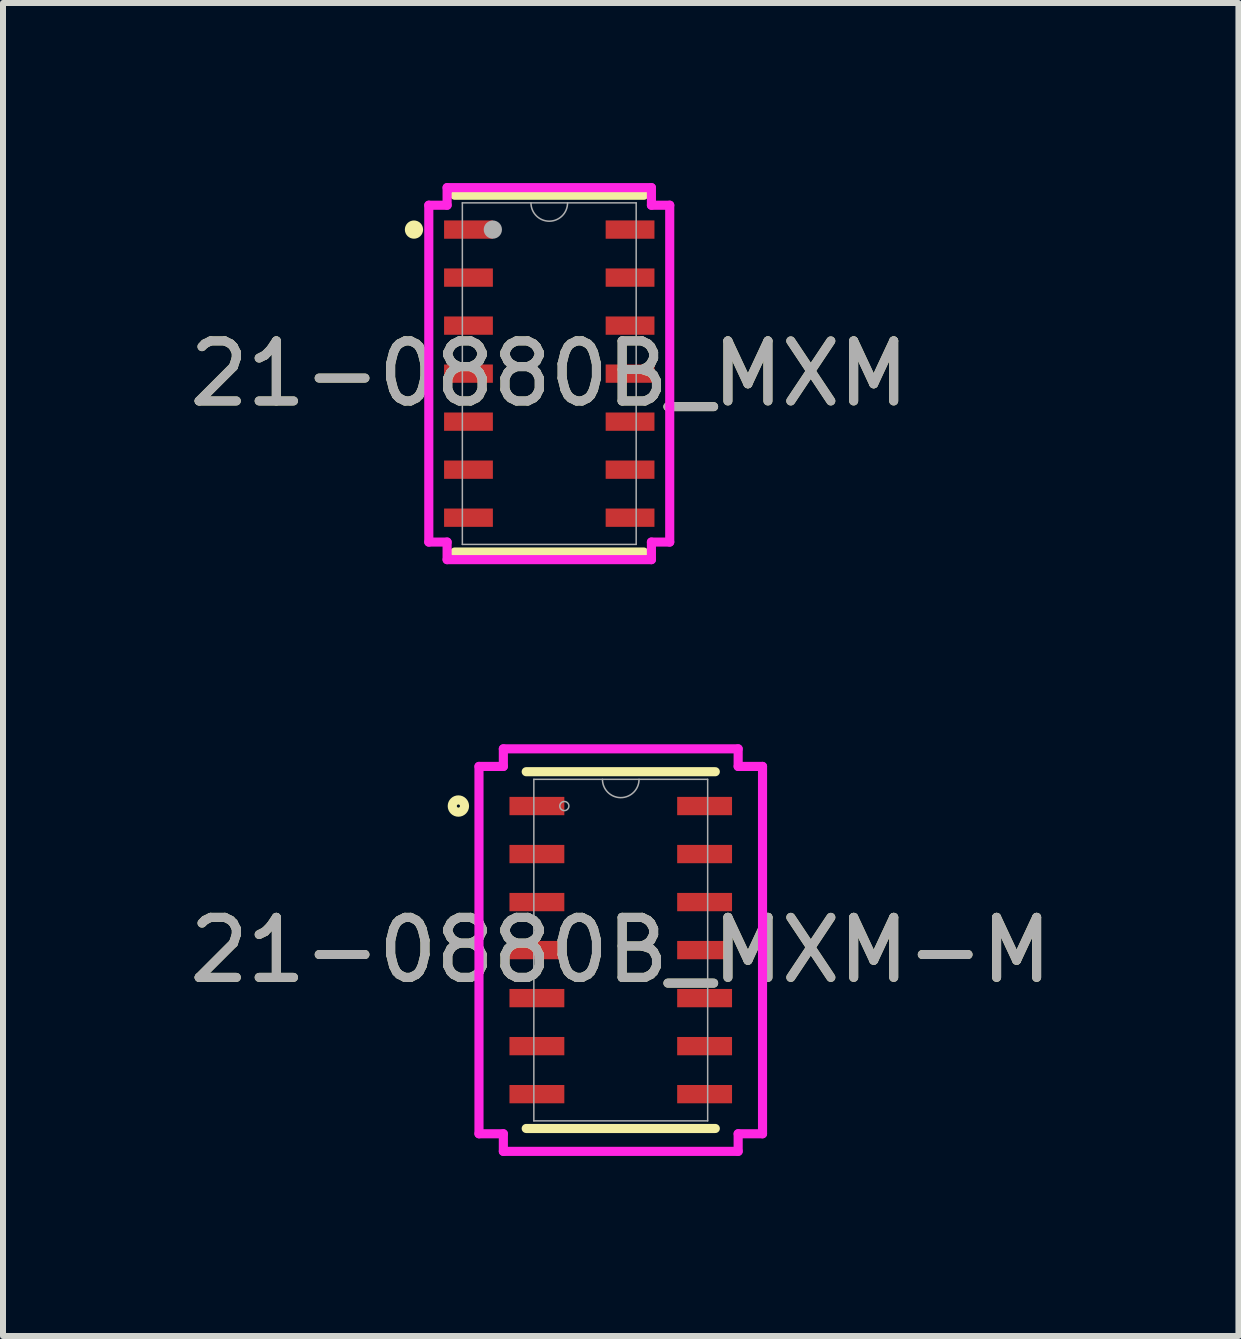
<source format=kicad_pcb>
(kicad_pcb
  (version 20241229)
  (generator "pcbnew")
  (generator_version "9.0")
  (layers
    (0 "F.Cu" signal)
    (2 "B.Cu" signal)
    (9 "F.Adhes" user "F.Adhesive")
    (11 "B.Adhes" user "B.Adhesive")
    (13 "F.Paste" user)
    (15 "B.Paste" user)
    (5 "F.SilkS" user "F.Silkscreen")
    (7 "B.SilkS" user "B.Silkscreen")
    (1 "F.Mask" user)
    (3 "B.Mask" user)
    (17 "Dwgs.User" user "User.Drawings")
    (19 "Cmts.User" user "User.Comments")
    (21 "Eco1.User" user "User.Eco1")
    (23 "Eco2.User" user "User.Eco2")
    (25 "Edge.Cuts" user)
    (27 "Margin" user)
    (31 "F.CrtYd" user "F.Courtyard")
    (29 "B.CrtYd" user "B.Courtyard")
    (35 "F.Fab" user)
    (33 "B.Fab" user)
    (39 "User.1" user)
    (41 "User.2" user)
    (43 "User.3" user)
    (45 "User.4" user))
  (footprint "21-0880B_MXM"
    (layer "F.Cu")
    (at 6.101 3.175)
    (property "Reference" "21-0880B_MXM" (at 0 0 0) (unlocked yes) (layer "F.SilkS") (effects (font (size 1 1) (thickness 0.15))))
    (attr smd)
    (fp_line (start -1.575 2.972) (end 1.575 2.972) (stroke (width 0.152) (type solid)) (layer "F.SilkS"))
    (fp_line (start 1.575 -2.972) (end -1.575 -2.972) (stroke (width 0.152) (type solid)) (layer "F.SilkS"))
    (fp_circle (center -2.254 -2.4) (end -2.178 -2.4) (stroke (width 0.152) (type solid)) (fill no) (layer "F.SilkS"))
    (fp_line (start -2.007 -2.806) (end -1.702 -2.806) (stroke (width 0.152) (type solid)) (layer "F.CrtYd"))
    (fp_line (start -2.007 2.806) (end -2.007 -2.806) (stroke (width 0.152) (type solid)) (layer "F.CrtYd"))
    (fp_line (start -2.007 2.806) (end -1.702 2.806) (stroke (width 0.152) (type solid)) (layer "F.CrtYd"))
    (fp_line (start -1.702 -3.099) (end 1.702 -3.099) (stroke (width 0.152) (type solid)) (layer "F.CrtYd"))
    (fp_line (start -1.702 -2.806) (end -1.702 -3.099) (stroke (width 0.152) (type solid)) (layer "F.CrtYd"))
    (fp_line (start -1.702 3.099) (end -1.702 2.806) (stroke (width 0.152) (type solid)) (layer "F.CrtYd"))
    (fp_line (start 1.702 -3.099) (end 1.702 -2.806) (stroke (width 0.152) (type solid)) (layer "F.CrtYd"))
    (fp_line (start 1.702 2.806) (end 1.702 3.099) (stroke (width 0.152) (type solid)) (layer "F.CrtYd"))
    (fp_line (start 1.702 3.099) (end -1.702 3.099) (stroke (width 0.152) (type solid)) (layer "F.CrtYd"))
    (fp_line (start 2.007 -2.806) (end 1.702 -2.806) (stroke (width 0.152) (type solid)) (layer "F.CrtYd"))
    (fp_line (start 2.007 -2.806) (end 2.007 2.806) (stroke (width 0.152) (type solid)) (layer "F.CrtYd"))
    (fp_line (start 2.007 2.806) (end 1.702 2.806) (stroke (width 0.152) (type solid)) (layer "F.CrtYd"))
    (fp_line (start -1.448 -2.845) (end -1.448 2.845) (stroke (width 0.025) (type solid)) (layer "F.Fab"))
    (fp_line (start -1.448 2.845) (end 1.448 2.845) (stroke (width 0.025) (type solid)) (layer "F.Fab"))
    (fp_line (start 1.448 -2.845) (end -1.448 -2.845) (stroke (width 0.025) (type solid)) (layer "F.Fab"))
    (fp_line (start 1.448 2.845) (end 1.448 -2.845) (stroke (width 0.025) (type solid)) (layer "F.Fab"))
    (fp_arc (start 0.3048 -2.8448) (mid 0 -2.54) (end -0.3048 -2.8448) (stroke (width 0.0254) (type solid)) (layer "F.Fab"))
    (fp_circle (center -0.94 -2.4) (end -0.864 -2.4) (stroke (width 0.152) (type solid)) (fill no) (layer "F.Fab"))
    (fp_text user "${REFERENCE}" (at 0 0 0) (unlocked yes) (layer "F.Fab") (effects (font (size 1 1) (thickness 0.15))))
    (pad "1" smd rect (at -1.346 -2.4) (size 0.813 0.305) (layers "F.Cu" "F.Mask" "F.Paste"))
    (pad "2" smd rect (at -1.346 -1.6) (size 0.813 0.305) (layers "F.Cu" "F.Mask" "F.Paste"))
    (pad "3" smd rect (at -1.346 -0.8) (size 0.813 0.305) (layers "F.Cu" "F.Mask" "F.Paste"))
    (pad "4" smd rect (at -1.346 0) (size 0.813 0.305) (layers "F.Cu" "F.Mask" "F.Paste"))
    (pad "5" smd rect (at -1.346 0.8) (size 0.813 0.305) (layers "F.Cu" "F.Mask" "F.Paste"))
    (pad "6" smd rect (at -1.346 1.6) (size 0.813 0.305) (layers "F.Cu" "F.Mask" "F.Paste"))
    (pad "7" smd rect (at -1.346 2.4) (size 0.813 0.305) (layers "F.Cu" "F.Mask" "F.Paste"))
    (pad "8" smd rect (at 1.346 2.4) (size 0.813 0.305) (layers "F.Cu" "F.Mask" "F.Paste"))
    (pad "9" smd rect (at 1.346 1.6) (size 0.813 0.305) (layers "F.Cu" "F.Mask" "F.Paste"))
    (pad "10" smd rect (at 1.346 0.8) (size 0.813 0.305) (layers "F.Cu" "F.Mask" "F.Paste"))
    (pad "11" smd rect (at 1.346 0) (size 0.813 0.305) (layers "F.Cu" "F.Mask" "F.Paste"))
    (pad "12" smd rect (at 1.346 -0.8) (size 0.813 0.305) (layers "F.Cu" "F.Mask" "F.Paste"))
    (pad "13" smd rect (at 1.346 -1.6) (size 0.813 0.305) (layers "F.Cu" "F.Mask" "F.Paste"))
    (pad "14" smd rect (at 1.346 -2.4) (size 0.813 0.305) (layers "F.Cu" "F.Mask" "F.Paste")))
  (footprint "21-0880B_MXM-M"
    (layer "F.Cu")
    (at 7.292 12.779)
    (property "Reference" "21-0880B_MXM-M" (at 0 0 0) (unlocked yes) (layer "F.SilkS") (effects (font (size 1 1) (thickness 0.15))))
    (attr smd)
    (fp_line (start -1.575 2.972) (end 1.575 2.972) (stroke (width 0.152) (type solid)) (layer "F.SilkS"))
    (fp_line (start 1.575 -2.972) (end -1.575 -2.972) (stroke (width 0.152) (type solid)) (layer "F.SilkS"))
    (fp_circle (center -2.705 -2.4) (end -2.603 -2.4) (stroke (width 0.152) (type solid)) (fill no) (layer "F.SilkS"))
    (fp_line (start -2.362 -3.06) (end -1.956 -3.06) (stroke (width 0.152) (type solid)) (layer "F.CrtYd"))
    (fp_line (start -2.362 3.06) (end -2.362 -3.06) (stroke (width 0.152) (type solid)) (layer "F.CrtYd"))
    (fp_line (start -2.362 3.06) (end -1.956 3.06) (stroke (width 0.152) (type solid)) (layer "F.CrtYd"))
    (fp_line (start -1.956 -3.353) (end 1.956 -3.353) (stroke (width 0.152) (type solid)) (layer "F.CrtYd"))
    (fp_line (start -1.956 -3.06) (end -1.956 -3.353) (stroke (width 0.152) (type solid)) (layer "F.CrtYd"))
    (fp_line (start -1.956 3.353) (end -1.956 3.06) (stroke (width 0.152) (type solid)) (layer "F.CrtYd"))
    (fp_line (start 1.956 -3.353) (end 1.956 -3.06) (stroke (width 0.152) (type solid)) (layer "F.CrtYd"))
    (fp_line (start 1.956 3.06) (end 1.956 3.353) (stroke (width 0.152) (type solid)) (layer "F.CrtYd"))
    (fp_line (start 1.956 3.353) (end -1.956 3.353) (stroke (width 0.152) (type solid)) (layer "F.CrtYd"))
    (fp_line (start 2.362 -3.06) (end 1.956 -3.06) (stroke (width 0.152) (type solid)) (layer "F.CrtYd"))
    (fp_line (start 2.362 -3.06) (end 2.362 3.06) (stroke (width 0.152) (type solid)) (layer "F.CrtYd"))
    (fp_line (start 2.362 3.06) (end 1.956 3.06) (stroke (width 0.152) (type solid)) (layer "F.CrtYd"))
    (fp_line (start -1.448 -2.845) (end -1.448 2.845) (stroke (width 0.025) (type solid)) (layer "F.Fab"))
    (fp_line (start -1.448 2.845) (end 1.448 2.845) (stroke (width 0.025) (type solid)) (layer "F.Fab"))
    (fp_line (start 1.448 -2.845) (end -1.448 -2.845) (stroke (width 0.025) (type solid)) (layer "F.Fab"))
    (fp_line (start 1.448 2.845) (end 1.448 -2.845) (stroke (width 0.025) (type solid)) (layer "F.Fab"))
    (fp_arc (start 0.3048 -2.8448) (mid 0 -2.54) (end -0.3048 -2.8448) (stroke (width 0.0254) (type solid)) (layer "F.Fab"))
    (fp_circle (center -0.94 -2.4) (end -0.864 -2.4) (stroke (width 0.025) (type solid)) (fill no) (layer "F.Fab"))
    (fp_text user "${REFERENCE}" (at 0 0 0) (unlocked yes) (layer "F.Fab") (effects (font (size 1 1) (thickness 0.15))))
    (pad "1" smd rect (at -1.397 -2.4) (size 0.914 0.305) (layers "F.Cu" "F.Mask" "F.Paste"))
    (pad "2" smd rect (at -1.397 -1.6) (size 0.914 0.305) (layers "F.Cu" "F.Mask" "F.Paste"))
    (pad "3" smd rect (at -1.397 -0.8) (size 0.914 0.305) (layers "F.Cu" "F.Mask" "F.Paste"))
    (pad "4" smd rect (at -1.397 0) (size 0.914 0.305) (layers "F.Cu" "F.Mask" "F.Paste"))
    (pad "5" smd rect (at -1.397 0.8) (size 0.914 0.305) (layers "F.Cu" "F.Mask" "F.Paste"))
    (pad "6" smd rect (at -1.397 1.6) (size 0.914 0.305) (layers "F.Cu" "F.Mask" "F.Paste"))
    (pad "7" smd rect (at -1.397 2.4) (size 0.914 0.305) (layers "F.Cu" "F.Mask" "F.Paste"))
    (pad "8" smd rect (at 1.397 2.4) (size 0.914 0.305) (layers "F.Cu" "F.Mask" "F.Paste"))
    (pad "9" smd rect (at 1.397 1.6) (size 0.914 0.305) (layers "F.Cu" "F.Mask" "F.Paste"))
    (pad "10" smd rect (at 1.397 0.8) (size 0.914 0.305) (layers "F.Cu" "F.Mask" "F.Paste"))
    (pad "11" smd rect (at 1.397 0) (size 0.914 0.305) (layers "F.Cu" "F.Mask" "F.Paste"))
    (pad "12" smd rect (at 1.397 -0.8) (size 0.914 0.305) (layers "F.Cu" "F.Mask" "F.Paste"))
    (pad "13" smd rect (at 1.397 -1.6) (size 0.914 0.305) (layers "F.Cu" "F.Mask" "F.Paste"))
    (pad "14" smd rect (at 1.397 -2.4) (size 0.914 0.305) (layers "F.Cu" "F.Mask" "F.Paste")))
  (gr_rect
    (start -3 -3)
    (end 17.583 19.208)
    (stroke (width 0.1) (type default))
    (fill no)
    (layer "Edge.Cuts")))
</source>
